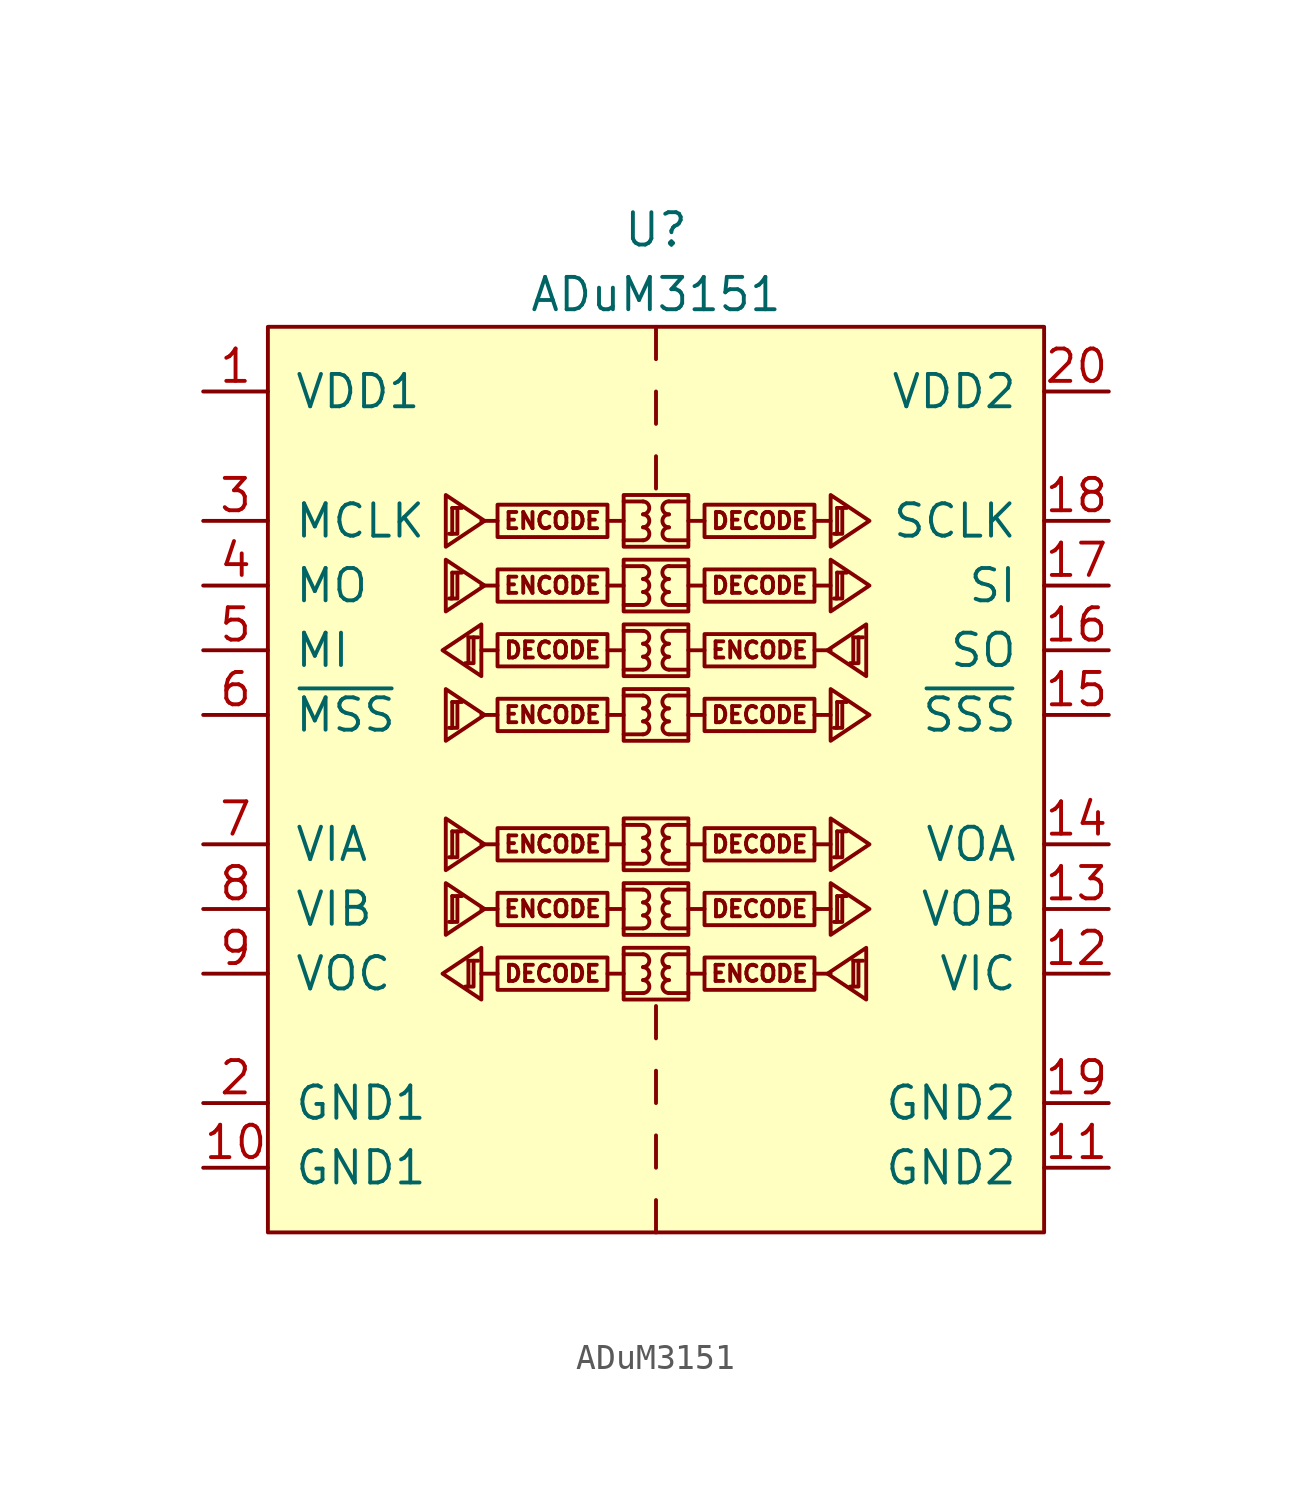
<source format=kicad_sym>
(kicad_symbol_lib
  (version 20220914)
  (generator kicad_symbol_editor)
  (symbol "ADuM3151"
    (pin_names
      (offset 1.016))
    (property "Reference" "U"
      (at 0 21.59 0)
      (effects (font (size 1.27 1.27))))
    (property "Value" "ADuM3151"
      (at 0 19.05 0)
      (effects (font (size 1.27 1.27))))
    (symbol "ADuM3151_0_1"
      (rectangle (start -15.24 17.78) (end 15.24 -17.78) (stroke (width 0) (type solid)) (fill (type background)))
      (polyline (pts (xy 0 -16.51) (xy 0 -17.78)) (stroke (width 0) (type solid)) (fill (type none)))
      (polyline (pts (xy 0 -13.97) (xy 0 -15.24)) (stroke (width 0) (type solid)) (fill (type none)))
      (polyline (pts (xy 0 -11.43) (xy 0 -12.7)) (stroke (width 0) (type solid)) (fill (type none)))
      (polyline (pts (xy 0 -8.89) (xy 0 -10.16)) (stroke (width 0) (type solid)) (fill (type none)))
      (polyline (pts (xy 0 12.7) (xy 0 11.43)) (stroke (width 0) (type solid)) (fill (type none)))
      (polyline (pts (xy 0 15.24) (xy 0 13.97)) (stroke (width 0) (type solid)) (fill (type none)))
      (polyline (pts (xy 0 17.78) (xy 0 16.51)) (stroke (width 0) (type solid)) (fill (type none))))
    (symbol "ADuM3151_1_1"
      (rectangle (start -1.905 -6.985) (end -6.223 -8.255) (stroke (width 0) (type solid)) (fill (type none)))
      (rectangle (start -1.905 -4.445) (end -6.223 -5.715) (stroke (width 0) (type solid)) (fill (type none)))
      (rectangle (start -1.905 -1.905) (end -6.223 -3.175) (stroke (width 0) (type solid)) (fill (type none)))
      (rectangle (start -1.905 3.175) (end -6.223 1.905) (stroke (width 0) (type solid)) (fill (type none)))
      (rectangle (start -1.905 5.715) (end -6.223 4.445) (stroke (width 0) (type solid)) (fill (type none)))
      (rectangle (start -1.905 8.255) (end -6.223 6.985) (stroke (width 0) (type solid)) (fill (type none)))
      (rectangle (start -1.905 10.795) (end -6.223 9.525) (stroke (width 0) (type solid)) (fill (type none)))
      (rectangle (start -1.27 -6.604) (end 1.27 -8.636) (stroke (width 0) (type solid)) (fill (type none)))
      (rectangle (start -1.27 -4.064) (end 1.27 -6.096) (stroke (width 0) (type solid)) (fill (type none)))
      (rectangle (start -1.27 -1.524) (end 1.27 -3.556) (stroke (width 0) (type solid)) (fill (type none)))
      (rectangle (start -1.27 3.556) (end 1.27 1.524) (stroke (width 0) (type solid)) (fill (type none)))
      (rectangle (start -1.27 6.096) (end 1.27 4.064) (stroke (width 0) (type solid)) (fill (type none)))
      (rectangle (start -1.27 8.636) (end 1.27 6.604) (stroke (width 0) (type solid)) (fill (type none)))
      (rectangle (start -1.27 11.176) (end 1.27 9.144) (stroke (width 0) (type solid)) (fill (type none)))
      (arc (start -0.508 -8.382) (mid -0.2551 -8.128) (end -0.508 -7.874) (stroke (width 0) (type solid)) (fill (type none)))
      (arc (start -0.508 -7.874) (mid -0.2551 -7.62) (end -0.508 -7.366) (stroke (width 0) (type solid)) (fill (type none)))
      (arc (start -0.508 -7.366) (mid -0.2551 -7.112) (end -0.508 -6.858) (stroke (width 0) (type solid)) (fill (type none)))
      (arc (start -0.508 -5.842) (mid -0.2551 -5.588) (end -0.508 -5.334) (stroke (width 0) (type solid)) (fill (type none)))
      (arc (start -0.508 -5.334) (mid -0.2551 -5.08) (end -0.508 -4.826) (stroke (width 0) (type solid)) (fill (type none)))
      (arc (start -0.508 -4.826) (mid -0.2551 -4.572) (end -0.508 -4.318) (stroke (width 0) (type solid)) (fill (type none)))
      (arc (start -0.508 -3.302) (mid -0.2551 -3.048) (end -0.508 -2.794) (stroke (width 0) (type solid)) (fill (type none)))
      (arc (start -0.508 -2.794) (mid -0.2551 -2.54) (end -0.508 -2.286) (stroke (width 0) (type solid)) (fill (type none)))
      (arc (start -0.508 -2.286) (mid -0.2551 -2.032) (end -0.508 -1.778) (stroke (width 0) (type solid)) (fill (type none)))
      (arc (start -0.508 1.778) (mid -0.2551 2.032) (end -0.508 2.286) (stroke (width 0) (type solid)) (fill (type none)))
      (arc (start -0.508 2.286) (mid -0.2551 2.54) (end -0.508 2.794) (stroke (width 0) (type solid)) (fill (type none)))
      (arc (start -0.508 2.794) (mid -0.2551 3.048) (end -0.508 3.302) (stroke (width 0) (type solid)) (fill (type none)))
      (arc (start -0.508 4.318) (mid -0.2551 4.572) (end -0.508 4.826) (stroke (width 0) (type solid)) (fill (type none)))
      (arc (start -0.508 4.826) (mid -0.2551 5.08) (end -0.508 5.334) (stroke (width 0) (type solid)) (fill (type none)))
      (arc (start -0.508 5.334) (mid -0.2551 5.588) (end -0.508 5.842) (stroke (width 0) (type solid)) (fill (type none)))
      (arc (start -0.508 6.858) (mid -0.2551 7.112) (end -0.508 7.366) (stroke (width 0) (type solid)) (fill (type none)))
      (arc (start -0.508 7.366) (mid -0.2551 7.62) (end -0.508 7.874) (stroke (width 0) (type solid)) (fill (type none)))
      (arc (start -0.508 7.874) (mid -0.2551 8.128) (end -0.508 8.382) (stroke (width 0) (type solid)) (fill (type none)))
      (arc (start -0.508 9.398) (mid -0.2551 9.652) (end -0.508 9.906) (stroke (width 0) (type solid)) (fill (type none)))
      (arc (start -0.508 9.906) (mid -0.2551 10.16) (end -0.508 10.414) (stroke (width 0) (type solid)) (fill (type none)))
      (arc (start -0.508 10.414) (mid -0.2551 10.668) (end -0.508 10.922) (stroke (width 0) (type solid)) (fill (type none)))
      (polyline (pts (xy -8.001 -4.572) (xy -7.62 -4.572)) (stroke (width 0) (type solid)) (fill (type none)))
      (polyline (pts (xy -8.001 -2.032) (xy -7.62 -2.032)) (stroke (width 0) (type solid)) (fill (type none)))
      (polyline (pts (xy -8.001 3.048) (xy -7.62 3.048)) (stroke (width 0) (type solid)) (fill (type none)))
      (polyline (pts (xy -8.001 8.128) (xy -7.62 8.128)) (stroke (width 0) (type solid)) (fill (type none)))
      (polyline (pts (xy -8.001 10.668) (xy -7.62 10.668)) (stroke (width 0) (type solid)) (fill (type none)))
      (polyline (pts (xy -7.366 -7.112) (xy -6.985 -7.112)) (stroke (width 0) (type solid)) (fill (type none)))
      (polyline (pts (xy -7.366 5.588) (xy -6.985 5.588)) (stroke (width 0) (type solid)) (fill (type none)))
      (polyline (pts (xy -6.223 -7.62) (xy -6.858 -7.62)) (stroke (width 0) (type solid)) (fill (type none)))
      (polyline (pts (xy -6.223 -5.08) (xy -6.858 -5.08)) (stroke (width 0) (type solid)) (fill (type none)))
      (polyline (pts (xy -6.223 -2.54) (xy -6.858 -2.54)) (stroke (width 0) (type solid)) (fill (type none)))
      (polyline (pts (xy -6.223 2.54) (xy -6.858 2.54)) (stroke (width 0) (type solid)) (fill (type none)))
      (polyline (pts (xy -6.223 5.08) (xy -6.858 5.08)) (stroke (width 0) (type solid)) (fill (type none)))
      (polyline (pts (xy -6.223 7.62) (xy -6.858 7.62)) (stroke (width 0) (type solid)) (fill (type none)))
      (polyline (pts (xy -6.223 10.16) (xy -6.858 10.16)) (stroke (width 0) (type solid)) (fill (type none)))
      (polyline (pts (xy -1.905 -7.62) (xy -1.27 -7.62)) (stroke (width 0) (type solid)) (fill (type none)))
      (polyline (pts (xy -1.905 -5.08) (xy -1.27 -5.08)) (stroke (width 0) (type solid)) (fill (type none)))
      (polyline (pts (xy -1.905 -2.54) (xy -1.27 -2.54)) (stroke (width 0) (type solid)) (fill (type none)))
      (polyline (pts (xy -1.905 2.54) (xy -1.27 2.54)) (stroke (width 0) (type solid)) (fill (type none)))
      (polyline (pts (xy -1.905 5.08) (xy -1.27 5.08)) (stroke (width 0) (type solid)) (fill (type none)))
      (polyline (pts (xy -1.905 7.62) (xy -1.27 7.62)) (stroke (width 0) (type solid)) (fill (type none)))
      (polyline (pts (xy -1.905 10.16) (xy -1.27 10.16)) (stroke (width 0) (type solid)) (fill (type none)))
      (polyline (pts (xy -1.27 -8.382) (xy -0.508 -8.382)) (stroke (width 0) (type solid)) (fill (type none)))
      (polyline (pts (xy -1.27 -6.858) (xy -0.508 -6.858)) (stroke (width 0) (type solid)) (fill (type none)))
      (polyline (pts (xy -1.27 -5.842) (xy -0.508 -5.842)) (stroke (width 0) (type solid)) (fill (type none)))
      (polyline (pts (xy -1.27 -4.318) (xy -0.508 -4.318)) (stroke (width 0) (type solid)) (fill (type none)))
      (polyline (pts (xy -1.27 -3.302) (xy -0.508 -3.302)) (stroke (width 0) (type solid)) (fill (type none)))
      (polyline (pts (xy -1.27 -1.778) (xy -0.508 -1.778)) (stroke (width 0) (type solid)) (fill (type none)))
      (polyline (pts (xy -1.27 1.778) (xy -0.508 1.778)) (stroke (width 0) (type solid)) (fill (type none)))
      (polyline (pts (xy -1.27 3.302) (xy -0.508 3.302)) (stroke (width 0) (type solid)) (fill (type none)))
      (polyline (pts (xy -1.27 4.318) (xy -0.508 4.318)) (stroke (width 0) (type solid)) (fill (type none)))
      (polyline (pts (xy -1.27 5.842) (xy -0.508 5.842)) (stroke (width 0) (type solid)) (fill (type none)))
      (polyline (pts (xy -1.27 6.858) (xy -0.508 6.858)) (stroke (width 0) (type solid)) (fill (type none)))
      (polyline (pts (xy -1.27 8.382) (xy -0.508 8.382)) (stroke (width 0) (type solid)) (fill (type none)))
      (polyline (pts (xy -1.27 9.398) (xy -0.508 9.398)) (stroke (width 0) (type solid)) (fill (type none)))
      (polyline (pts (xy -1.27 10.922) (xy -0.508 10.922)) (stroke (width 0) (type solid)) (fill (type none)))
      (polyline (pts (xy 1.27 -8.382) (xy 0.508 -8.382)) (stroke (width 0) (type solid)) (fill (type none)))
      (polyline (pts (xy 1.27 -6.858) (xy 0.508 -6.858)) (stroke (width 0) (type solid)) (fill (type none)))
      (polyline (pts (xy 1.27 -5.842) (xy 0.508 -5.842)) (stroke (width 0) (type solid)) (fill (type none)))
      (polyline (pts (xy 1.27 -4.318) (xy 0.508 -4.318)) (stroke (width 0) (type solid)) (fill (type none)))
      (polyline (pts (xy 1.27 -3.302) (xy 0.508 -3.302)) (stroke (width 0) (type solid)) (fill (type none)))
      (polyline (pts (xy 1.27 -1.778) (xy 0.508 -1.778)) (stroke (width 0) (type solid)) (fill (type none)))
      (polyline (pts (xy 1.27 1.778) (xy 0.508 1.778)) (stroke (width 0) (type solid)) (fill (type none)))
      (polyline (pts (xy 1.27 3.302) (xy 0.508 3.302)) (stroke (width 0) (type solid)) (fill (type none)))
      (polyline (pts (xy 1.27 4.318) (xy 0.508 4.318)) (stroke (width 0) (type solid)) (fill (type none)))
      (polyline (pts (xy 1.27 5.842) (xy 0.508 5.842)) (stroke (width 0) (type solid)) (fill (type none)))
      (polyline (pts (xy 1.27 6.858) (xy 0.508 6.858)) (stroke (width 0) (type solid)) (fill (type none)))
      (polyline (pts (xy 1.27 8.382) (xy 0.508 8.382)) (stroke (width 0) (type solid)) (fill (type none)))
      (polyline (pts (xy 1.27 9.398) (xy 0.508 9.398)) (stroke (width 0) (type solid)) (fill (type none)))
      (polyline (pts (xy 1.27 10.922) (xy 0.508 10.922)) (stroke (width 0) (type solid)) (fill (type none)))
      (polyline (pts (xy 1.905 -7.62) (xy 1.27 -7.62)) (stroke (width 0) (type solid)) (fill (type none)))
      (polyline (pts (xy 1.905 -5.08) (xy 1.27 -5.08)) (stroke (width 0) (type solid)) (fill (type none)))
      (polyline (pts (xy 1.905 -2.54) (xy 1.27 -2.54)) (stroke (width 0) (type solid)) (fill (type none)))
      (polyline (pts (xy 1.905 2.54) (xy 1.27 2.54)) (stroke (width 0) (type solid)) (fill (type none)))
      (polyline (pts (xy 1.905 5.08) (xy 1.27 5.08)) (stroke (width 0) (type solid)) (fill (type none)))
      (polyline (pts (xy 1.905 7.62) (xy 1.27 7.62)) (stroke (width 0) (type solid)) (fill (type none)))
      (polyline (pts (xy 1.905 10.16) (xy 1.27 10.16)) (stroke (width 0) (type solid)) (fill (type none)))
      (polyline (pts (xy 6.223 -7.62) (xy 6.858 -7.62)) (stroke (width 0) (type solid)) (fill (type none)))
      (polyline (pts (xy 6.223 -5.08) (xy 6.858 -5.08)) (stroke (width 0) (type solid)) (fill (type none)))
      (polyline (pts (xy 6.223 -2.54) (xy 6.858 -2.54)) (stroke (width 0) (type solid)) (fill (type none)))
      (polyline (pts (xy 6.223 2.54) (xy 6.858 2.54)) (stroke (width 0) (type solid)) (fill (type none)))
      (polyline (pts (xy 6.223 5.08) (xy 6.858 5.08)) (stroke (width 0) (type solid)) (fill (type none)))
      (polyline (pts (xy 6.223 7.62) (xy 6.858 7.62)) (stroke (width 0) (type solid)) (fill (type none)))
      (polyline (pts (xy 6.223 10.16) (xy 6.858 10.16)) (stroke (width 0) (type solid)) (fill (type none)))
      (polyline (pts (xy 7.112 -4.572) (xy 7.493 -4.572)) (stroke (width 0) (type solid)) (fill (type none)))
      (polyline (pts (xy 7.112 -2.032) (xy 7.493 -2.032)) (stroke (width 0) (type solid)) (fill (type none)))
      (polyline (pts (xy 7.112 3.048) (xy 7.493 3.048)) (stroke (width 0) (type solid)) (fill (type none)))
      (polyline (pts (xy 7.112 8.128) (xy 7.493 8.128)) (stroke (width 0) (type solid)) (fill (type none)))
      (polyline (pts (xy 7.112 10.668) (xy 7.493 10.668)) (stroke (width 0) (type solid)) (fill (type none)))
      (polyline (pts (xy 7.747 -7.112) (xy 8.128 -7.112)) (stroke (width 0) (type solid)) (fill (type none)))
      (polyline (pts (xy 7.747 5.588) (xy 8.128 5.588)) (stroke (width 0) (type solid)) (fill (type none)))
      (polyline (pts (xy -8.052 -5.588) (xy -7.798 -5.588) (xy -7.798 -4.572)) (stroke (width 0) (type solid)) (fill (type none)))
      (polyline (pts (xy -8.052 -3.048) (xy -7.798 -3.048) (xy -7.798 -2.032)) (stroke (width 0) (type solid)) (fill (type none)))
      (polyline (pts (xy -8.052 2.032) (xy -7.798 2.032) (xy -7.798 3.048)) (stroke (width 0) (type solid)) (fill (type none)))
      (polyline (pts (xy -8.052 7.112) (xy -7.798 7.112) (xy -7.798 8.128)) (stroke (width 0) (type solid)) (fill (type none)))
      (polyline (pts (xy -8.052 9.652) (xy -7.798 9.652) (xy -7.798 10.668)) (stroke (width 0) (type solid)) (fill (type none)))
      (polyline (pts (xy -8.001 -4.572) (xy -8.001 -5.588) (xy -8.128 -5.588)) (stroke (width 0) (type solid)) (fill (type none)))
      (polyline (pts (xy -8.001 -2.032) (xy -8.001 -3.048) (xy -8.128 -3.048)) (stroke (width 0) (type solid)) (fill (type none)))
      (polyline (pts (xy -8.001 3.048) (xy -8.001 2.032) (xy -8.128 2.032)) (stroke (width 0) (type solid)) (fill (type none)))
      (polyline (pts (xy -8.001 8.128) (xy -8.001 7.112) (xy -8.128 7.112)) (stroke (width 0) (type solid)) (fill (type none)))
      (polyline (pts (xy -8.001 10.668) (xy -8.001 9.652) (xy -8.128 9.652)) (stroke (width 0) (type solid)) (fill (type none)))
      (polyline (pts (xy -7.417 -8.128) (xy -7.163 -8.128) (xy -7.163 -7.112)) (stroke (width 0) (type solid)) (fill (type none)))
      (polyline (pts (xy -7.417 4.572) (xy -7.163 4.572) (xy -7.163 5.588)) (stroke (width 0) (type solid)) (fill (type none)))
      (polyline (pts (xy -7.366 -7.112) (xy -7.366 -8.128) (xy -7.493 -8.128)) (stroke (width 0) (type solid)) (fill (type none)))
      (polyline (pts (xy -7.366 5.588) (xy -7.366 4.572) (xy -7.493 4.572)) (stroke (width 0) (type solid)) (fill (type none)))
      (polyline (pts (xy 7.061 -5.588) (xy 7.315 -5.588) (xy 7.315 -4.572)) (stroke (width 0) (type solid)) (fill (type none)))
      (polyline (pts (xy 7.061 -3.048) (xy 7.315 -3.048) (xy 7.315 -2.032)) (stroke (width 0) (type solid)) (fill (type none)))
      (polyline (pts (xy 7.061 2.032) (xy 7.315 2.032) (xy 7.315 3.048)) (stroke (width 0) (type solid)) (fill (type none)))
      (polyline (pts (xy 7.061 7.112) (xy 7.315 7.112) (xy 7.315 8.128)) (stroke (width 0) (type solid)) (fill (type none)))
      (polyline (pts (xy 7.061 9.652) (xy 7.315 9.652) (xy 7.315 10.668)) (stroke (width 0) (type solid)) (fill (type none)))
      (polyline (pts (xy 7.112 -4.572) (xy 7.112 -5.588) (xy 6.985 -5.588)) (stroke (width 0) (type solid)) (fill (type none)))
      (polyline (pts (xy 7.112 -2.032) (xy 7.112 -3.048) (xy 6.985 -3.048)) (stroke (width 0) (type solid)) (fill (type none)))
      (polyline (pts (xy 7.112 3.048) (xy 7.112 2.032) (xy 6.985 2.032)) (stroke (width 0) (type solid)) (fill (type none)))
      (polyline (pts (xy 7.112 8.128) (xy 7.112 7.112) (xy 6.985 7.112)) (stroke (width 0) (type solid)) (fill (type none)))
      (polyline (pts (xy 7.112 10.668) (xy 7.112 9.652) (xy 6.985 9.652)) (stroke (width 0) (type solid)) (fill (type none)))
      (polyline (pts (xy 7.696 -8.128) (xy 7.95 -8.128) (xy 7.95 -7.112)) (stroke (width 0) (type solid)) (fill (type none)))
      (polyline (pts (xy 7.696 4.572) (xy 7.95 4.572) (xy 7.95 5.588)) (stroke (width 0) (type solid)) (fill (type none)))
      (polyline (pts (xy 7.747 -7.112) (xy 7.747 -8.128) (xy 7.62 -8.128)) (stroke (width 0) (type solid)) (fill (type none)))
      (polyline (pts (xy 7.747 5.588) (xy 7.747 4.572) (xy 7.62 4.572)) (stroke (width 0) (type solid)) (fill (type none)))
      (polyline (pts (xy -8.382 -7.62) (xy -6.858 -6.604) (xy -6.858 -8.636) (xy -8.382 -7.62)) (stroke (width 0) (type solid)) (fill (type none)))
      (polyline (pts (xy -8.382 5.08) (xy -6.858 6.096) (xy -6.858 4.064) (xy -8.382 5.08)) (stroke (width 0) (type solid)) (fill (type none)))
      (polyline (pts (xy -6.731 -5.08) (xy -8.255 -4.064) (xy -8.255 -6.096) (xy -6.731 -5.08)) (stroke (width 0) (type solid)) (fill (type none)))
      (polyline (pts (xy -6.731 -2.54) (xy -8.255 -1.524) (xy -8.255 -3.556) (xy -6.731 -2.54)) (stroke (width 0) (type solid)) (fill (type none)))
      (polyline (pts (xy -6.731 2.54) (xy -8.255 3.556) (xy -8.255 1.524) (xy -6.731 2.54)) (stroke (width 0) (type solid)) (fill (type none)))
      (polyline (pts (xy -6.731 7.62) (xy -8.255 8.636) (xy -8.255 6.604) (xy -6.731 7.62)) (stroke (width 0) (type solid)) (fill (type none)))
      (polyline (pts (xy -6.731 10.16) (xy -8.255 11.176) (xy -8.255 9.144) (xy -6.731 10.16)) (stroke (width 0) (type solid)) (fill (type none)))
      (polyline (pts (xy 6.731 -7.62) (xy 8.255 -6.604) (xy 8.255 -8.636) (xy 6.731 -7.62)) (stroke (width 0) (type solid)) (fill (type none)))
      (polyline (pts (xy 6.731 5.08) (xy 8.255 6.096) (xy 8.255 4.064) (xy 6.731 5.08)) (stroke (width 0) (type solid)) (fill (type none)))
      (polyline (pts (xy 8.382 -5.08) (xy 6.858 -4.064) (xy 6.858 -6.096) (xy 8.382 -5.08)) (stroke (width 0) (type solid)) (fill (type none)))
      (polyline (pts (xy 8.382 -2.54) (xy 6.858 -1.524) (xy 6.858 -3.556) (xy 8.382 -2.54)) (stroke (width 0) (type solid)) (fill (type none)))
      (polyline (pts (xy 8.382 2.54) (xy 6.858 3.556) (xy 6.858 1.524) (xy 8.382 2.54)) (stroke (width 0) (type solid)) (fill (type none)))
      (polyline (pts (xy 8.382 7.62) (xy 6.858 8.636) (xy 6.858 6.604) (xy 8.382 7.62)) (stroke (width 0) (type solid)) (fill (type none)))
      (polyline (pts (xy 8.382 10.16) (xy 6.858 11.176) (xy 6.858 9.144) (xy 8.382 10.16)) (stroke (width 0) (type solid)) (fill (type none)))
      (arc (start 0.508 -7.874) (mid 0.2551 -8.128) (end 0.508 -8.382) (stroke (width 0) (type solid)) (fill (type none)))
      (arc (start 0.508 -7.366) (mid 0.2551 -7.62) (end 0.508 -7.874) (stroke (width 0) (type solid)) (fill (type none)))
      (arc (start 0.508 -6.858) (mid 0.2551 -7.112) (end 0.508 -7.366) (stroke (width 0) (type solid)) (fill (type none)))
      (arc (start 0.508 -5.334) (mid 0.2551 -5.588) (end 0.508 -5.842) (stroke (width 0) (type solid)) (fill (type none)))
      (arc (start 0.508 -4.826) (mid 0.2551 -5.08) (end 0.508 -5.334) (stroke (width 0) (type solid)) (fill (type none)))
      (arc (start 0.508 -4.318) (mid 0.2551 -4.572) (end 0.508 -4.826) (stroke (width 0) (type solid)) (fill (type none)))
      (arc (start 0.508 -2.794) (mid 0.2551 -3.048) (end 0.508 -3.302) (stroke (width 0) (type solid)) (fill (type none)))
      (arc (start 0.508 -2.286) (mid 0.2551 -2.54) (end 0.508 -2.794) (stroke (width 0) (type solid)) (fill (type none)))
      (arc (start 0.508 -1.778) (mid 0.2551 -2.032) (end 0.508 -2.286) (stroke (width 0) (type solid)) (fill (type none)))
      (arc (start 0.508 2.286) (mid 0.2551 2.032) (end 0.508 1.778) (stroke (width 0) (type solid)) (fill (type none)))
      (arc (start 0.508 2.794) (mid 0.2551 2.54) (end 0.508 2.286) (stroke (width 0) (type solid)) (fill (type none)))
      (arc (start 0.508 3.302) (mid 0.2551 3.048) (end 0.508 2.794) (stroke (width 0) (type solid)) (fill (type none)))
      (arc (start 0.508 4.826) (mid 0.2551 4.572) (end 0.508 4.318) (stroke (width 0) (type solid)) (fill (type none)))
      (arc (start 0.508 5.334) (mid 0.2551 5.08) (end 0.508 4.826) (stroke (width 0) (type solid)) (fill (type none)))
      (arc (start 0.508 5.842) (mid 0.2551 5.588) (end 0.508 5.334) (stroke (width 0) (type solid)) (fill (type none)))
      (arc (start 0.508 7.366) (mid 0.2551 7.112) (end 0.508 6.858) (stroke (width 0) (type solid)) (fill (type none)))
      (arc (start 0.508 7.874) (mid 0.2551 7.62) (end 0.508 7.366) (stroke (width 0) (type solid)) (fill (type none)))
      (arc (start 0.508 8.382) (mid 0.2551 8.128) (end 0.508 7.874) (stroke (width 0) (type solid)) (fill (type none)))
      (arc (start 0.508 9.906) (mid 0.2551 9.652) (end 0.508 9.398) (stroke (width 0) (type solid)) (fill (type none)))
      (arc (start 0.508 10.414) (mid 0.2551 10.16) (end 0.508 9.906) (stroke (width 0) (type solid)) (fill (type none)))
      (arc (start 0.508 10.922) (mid 0.2551 10.668) (end 0.508 10.414) (stroke (width 0) (type solid)) (fill (type none)))
      (rectangle (start 1.905 -6.985) (end 6.223 -8.255) (stroke (width 0) (type solid)) (fill (type none)))
      (rectangle (start 1.905 -4.445) (end 6.223 -5.715) (stroke (width 0) (type solid)) (fill (type none)))
      (rectangle (start 1.905 -1.905) (end 6.223 -3.175) (stroke (width 0) (type solid)) (fill (type none)))
      (rectangle (start 1.905 3.175) (end 6.223 1.905) (stroke (width 0) (type solid)) (fill (type none)))
      (rectangle (start 1.905 5.715) (end 6.223 4.445) (stroke (width 0) (type solid)) (fill (type none)))
      (rectangle (start 1.905 8.255) (end 6.223 6.985) (stroke (width 0) (type solid)) (fill (type none)))
      (rectangle (start 1.905 10.795) (end 6.223 9.525) (stroke (width 0) (type solid)) (fill (type none)))
      (text "DECODE" (at -4.064 -7.62 0) (effects (font (size 0.635 0.635))))
      (text "DECODE" (at -4.064 5.08 0) (effects (font (size 0.635 0.635))))
      (text "DECODE" (at 4.064 -5.08 0) (effects (font (size 0.635 0.635))))
      (text "DECODE" (at 4.064 -2.54 0) (effects (font (size 0.635 0.635))))
      (text "DECODE" (at 4.064 2.54 0) (effects (font (size 0.635 0.635))))
      (text "DECODE" (at 4.064 7.62 0) (effects (font (size 0.635 0.635))))
      (text "DECODE" (at 4.064 10.16 0) (effects (font (size 0.635 0.635))))
      (text "ENCODE" (at -4.064 -5.08 0) (effects (font (size 0.635 0.635))))
      (text "ENCODE" (at -4.064 -2.54 0) (effects (font (size 0.635 0.635))))
      (text "ENCODE" (at -4.064 2.54 0) (effects (font (size 0.635 0.635))))
      (text "ENCODE" (at -4.064 7.62 0) (effects (font (size 0.635 0.635))))
      (text "ENCODE" (at -4.064 10.16 0) (effects (font (size 0.635 0.635))))
      (text "ENCODE" (at 4.064 -7.62 0) (effects (font (size 0.635 0.635))))
      (text "ENCODE" (at 4.064 5.08 0) (effects (font (size 0.635 0.635))))
      (pin passive line (at -17.78 15.24 0) (length 2.54) (name "VDD1" (effects (font (size 1.27 1.27)))) (number "1" (effects (font (size 1.27 1.27)))))
      (pin passive line (at -17.78 -15.24 0) (length 2.54) (name "GND1" (effects (font (size 1.27 1.27)))) (number "10" (effects (font (size 1.27 1.27)))))
      (pin passive line (at 17.78 -15.24 180) (length 2.54) (name "GND2" (effects (font (size 1.27 1.27)))) (number "11" (effects (font (size 1.27 1.27)))))
      (pin bidirectional line (at 17.78 -7.62 180) (length 2.54) (name "VIC" (effects (font (size 1.27 1.27)))) (number "12" (effects (font (size 1.27 1.27)))))
      (pin bidirectional line (at 17.78 -5.08 180) (length 2.54) (name "VOB" (effects (font (size 1.27 1.27)))) (number "13" (effects (font (size 1.27 1.27)))))
      (pin bidirectional line (at 17.78 -2.54 180) (length 2.54) (name "VOA" (effects (font (size 1.27 1.27)))) (number "14" (effects (font (size 1.27 1.27)))))
      (pin bidirectional line (at 17.78 2.54 180) (length 2.54) (name "~{SSS}" (effects (font (size 1.27 1.27)))) (number "15" (effects (font (size 1.27 1.27)))))
      (pin bidirectional line (at 17.78 5.08 180) (length 2.54) (name "SO" (effects (font (size 1.27 1.27)))) (number "16" (effects (font (size 1.27 1.27)))))
      (pin bidirectional line (at 17.78 7.62 180) (length 2.54) (name "SI" (effects (font (size 1.27 1.27)))) (number "17" (effects (font (size 1.27 1.27)))))
      (pin bidirectional line (at 17.78 10.16 180) (length 2.54) (name "SCLK" (effects (font (size 1.27 1.27)))) (number "18" (effects (font (size 1.27 1.27)))))
      (pin passive line (at 17.78 -12.7 180) (length 2.54) (name "GND2" (effects (font (size 1.27 1.27)))) (number "19" (effects (font (size 1.27 1.27)))))
      (pin passive line (at -17.78 -12.7 0) (length 2.54) (name "GND1" (effects (font (size 1.27 1.27)))) (number "2" (effects (font (size 1.27 1.27)))))
      (pin passive line (at 17.78 15.24 180) (length 2.54) (name "VDD2" (effects (font (size 1.27 1.27)))) (number "20" (effects (font (size 1.27 1.27)))))
      (pin bidirectional line (at -17.78 10.16 0) (length 2.54) (name "MCLK" (effects (font (size 1.27 1.27)))) (number "3" (effects (font (size 1.27 1.27)))))
      (pin bidirectional line (at -17.78 7.62 0) (length 2.54) (name "MO" (effects (font (size 1.27 1.27)))) (number "4" (effects (font (size 1.27 1.27)))))
      (pin bidirectional line (at -17.78 5.08 0) (length 2.54) (name "MI" (effects (font (size 1.27 1.27)))) (number "5" (effects (font (size 1.27 1.27)))))
      (pin bidirectional line (at -17.78 2.54 0) (length 2.54) (name "~{MSS}" (effects (font (size 1.27 1.27)))) (number "6" (effects (font (size 1.27 1.27)))))
      (pin bidirectional line (at -17.78 -2.54 0) (length 2.54) (name "VIA" (effects (font (size 1.27 1.27)))) (number "7" (effects (font (size 1.27 1.27)))))
      (pin bidirectional line (at -17.78 -5.08 0) (length 2.54) (name "VIB" (effects (font (size 1.27 1.27)))) (number "8" (effects (font (size 1.27 1.27)))))
      (pin bidirectional line (at -17.78 -7.62 0) (length 2.54) (name "VOC" (effects (font (size 1.27 1.27)))) (number "9" (effects (font (size 1.27 1.27))))))))
</source>
